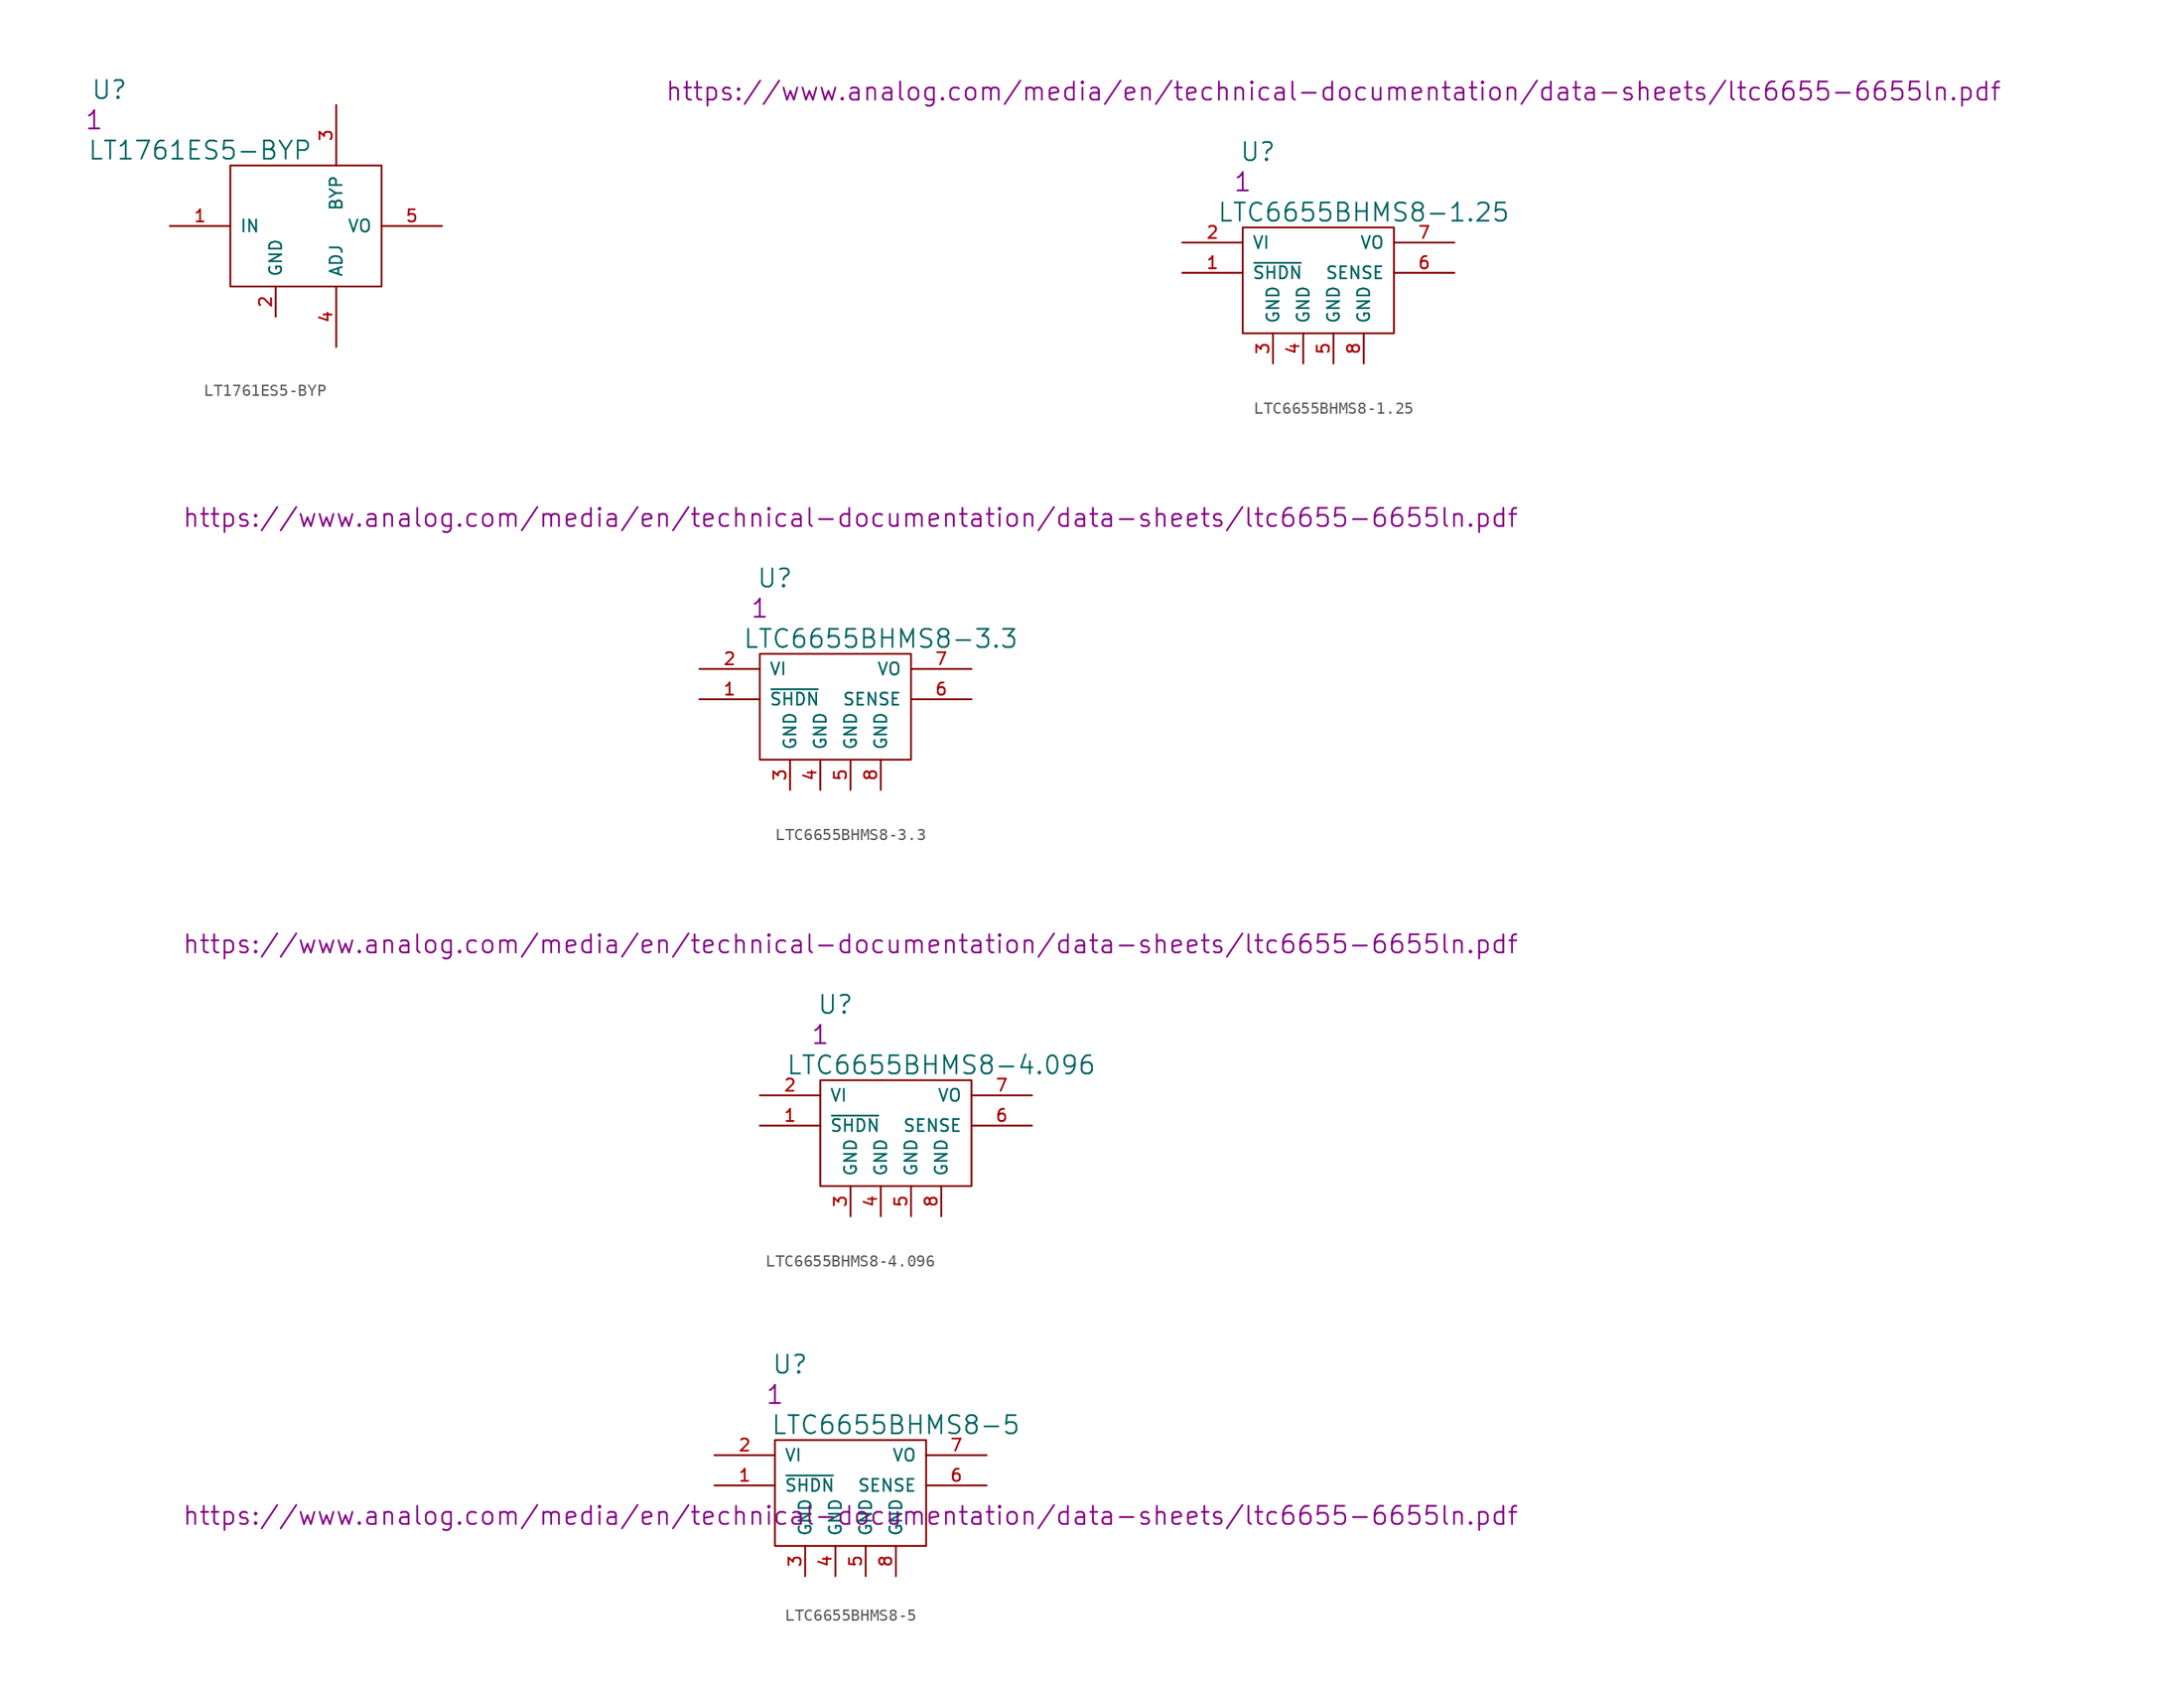
<source format=kicad_sym>
(kicad_symbol_lib
  (version 20201005)
  (generator kicad_symbol_editor)
  (symbol "S_Voltage_Reference:LT1761ES5-BYP"
    (pin_names
      (offset 0.762))
    (property "Reference" "U"
      (at -5.08 11.43 0)
      (effects (font (size 1.524 1.524))))
    (property "Value" "LT1761ES5-BYP"
      (at 2.54 6.35 0)
      (effects (font (size 1.524 1.524))))
    (property "Datasheet" ""
      (at 11.43 0 0)
      (effects (font (size 1.524 1.524))))
    (property "Qty" "1"
      (at -6.35 8.89 0)
      (effects (font (size 1.524 1.524))))
    (symbol "LT1761ES5-BYP_0_1"
      (rectangle (start 5.08 -5.08) (end 17.78 5.08) (stroke (width 0)) (fill (type none))))
    (symbol "LT1761ES5-BYP_1_1"
      (pin power_in line (at 0 0 0) (length 5.08) (name "IN" (effects (font (size 1.016 1.016)))) (number "1" (effects (font (size 1.016 1.016)))))
      (pin power_in line (at 8.89 -7.62 90) (length 2.54) (name "GND" (effects (font (size 1.016 1.016)))) (number "2" (effects (font (size 1.016 1.016)))))
      (pin input line (at 13.97 10.16 270) (length 5.08) (name "BYP" (effects (font (size 1.016 1.016)))) (number "3" (effects (font (size 1.016 1.016)))))
      (pin input line (at 13.97 -10.16 90) (length 5.08) (name "ADJ" (effects (font (size 1.016 1.016)))) (number "4" (effects (font (size 1.016 1.016)))))
      (pin power_out line (at 22.86 0 180) (length 5.08) (name "VO" (effects (font (size 1.016 1.016)))) (number "5" (effects (font (size 1.016 1.016)))))))
  (symbol "S_Voltage_Reference:LTC6655BHMS8-1.25"
    (pin_names
      (offset 0.762))
    (property "Reference" "U"
      (at 6.35 7.62 0)
      (effects (font (size 1.524 1.524))))
    (property "Value" "LTC6655BHMS8-1.25"
      (at 15.24 2.54 0)
      (effects (font (size 1.524 1.524))))
    (property "Datasheet" "https://www.analog.com/media/en/technical-documentation/data-sheets/ltc6655-6655ln.pdf"
      (at 12.7 12.7 0)
      (effects (font (size 1.524 1.524))))
    (property "Qty" "1"
      (at 5.08 5.08 0)
      (effects (font (size 1.524 1.524))))
    (symbol "LTC6655BHMS8-1.25_0_1"
      (rectangle (start 5.08 -7.62) (end 17.78 1.27) (stroke (width 0)) (fill (type none))))
    (symbol "LTC6655BHMS8-1.25_1_1"
      (pin input line (at 0 -2.54 0) (length 5.08) (name "~SHDN" (effects (font (size 1.016 1.016)))) (number "1" (effects (font (size 1.016 1.016)))))
      (pin power_in line (at 0 0 0) (length 5.08) (name "VI" (effects (font (size 1.016 1.016)))) (number "2" (effects (font (size 1.016 1.016)))))
      (pin power_in line (at 7.62 -10.16 90) (length 2.54) (name "GND" (effects (font (size 1.016 1.016)))) (number "3" (effects (font (size 1.016 1.016)))))
      (pin power_in line (at 10.16 -10.16 90) (length 2.54) (name "GND" (effects (font (size 1.016 1.016)))) (number "4" (effects (font (size 1.016 1.016)))))
      (pin power_in line (at 12.7 -10.16 90) (length 2.54) (name "GND" (effects (font (size 1.016 1.016)))) (number "5" (effects (font (size 1.016 1.016)))))
      (pin power_in line (at 22.86 -2.54 180) (length 5.08) (name "SENSE" (effects (font (size 1.016 1.016)))) (number "6" (effects (font (size 1.016 1.016)))))
      (pin power_out line (at 22.86 0 180) (length 5.08) (name "VO" (effects (font (size 1.016 1.016)))) (number "7" (effects (font (size 1.016 1.016)))))
      (pin power_in line (at 15.24 -10.16 90) (length 2.54) (name "GND" (effects (font (size 1.016 1.016)))) (number "8" (effects (font (size 1.016 1.016)))))))
  (symbol "S_Voltage_Reference:LTC6655BHMS8-3.3"
    (pin_names
      (offset 0.762))
    (property "Reference" "U"
      (at 6.35 7.62 0)
      (effects (font (size 1.524 1.524))))
    (property "Value" "LTC6655BHMS8-3.3"
      (at 15.24 2.54 0)
      (effects (font (size 1.524 1.524))))
    (property "Datasheet" "https://www.analog.com/media/en/technical-documentation/data-sheets/ltc6655-6655ln.pdf"
      (at 12.7 12.7 0)
      (effects (font (size 1.524 1.524))))
    (property "Qty" "1"
      (at 5.08 5.08 0)
      (effects (font (size 1.524 1.524))))
    (symbol "LTC6655BHMS8-3.3_0_1"
      (rectangle (start 5.08 -7.62) (end 17.78 1.27) (stroke (width 0)) (fill (type none))))
    (symbol "LTC6655BHMS8-3.3_1_1"
      (pin input line (at 0 -2.54 0) (length 5.08) (name "~SHDN" (effects (font (size 1.016 1.016)))) (number "1" (effects (font (size 1.016 1.016)))))
      (pin power_in line (at 0 0 0) (length 5.08) (name "VI" (effects (font (size 1.016 1.016)))) (number "2" (effects (font (size 1.016 1.016)))))
      (pin power_in line (at 7.62 -10.16 90) (length 2.54) (name "GND" (effects (font (size 1.016 1.016)))) (number "3" (effects (font (size 1.016 1.016)))))
      (pin power_in line (at 10.16 -10.16 90) (length 2.54) (name "GND" (effects (font (size 1.016 1.016)))) (number "4" (effects (font (size 1.016 1.016)))))
      (pin power_in line (at 12.7 -10.16 90) (length 2.54) (name "GND" (effects (font (size 1.016 1.016)))) (number "5" (effects (font (size 1.016 1.016)))))
      (pin power_in line (at 22.86 -2.54 180) (length 5.08) (name "SENSE" (effects (font (size 1.016 1.016)))) (number "6" (effects (font (size 1.016 1.016)))))
      (pin power_out line (at 22.86 0 180) (length 5.08) (name "VO" (effects (font (size 1.016 1.016)))) (number "7" (effects (font (size 1.016 1.016)))))
      (pin power_in line (at 15.24 -10.16 90) (length 2.54) (name "GND" (effects (font (size 1.016 1.016)))) (number "8" (effects (font (size 1.016 1.016)))))))
  (symbol "S_Voltage_Reference:LTC6655BHMS8-4.096"
    (pin_names
      (offset 0.762))
    (property "Reference" "U"
      (at 6.35 7.62 0)
      (effects (font (size 1.524 1.524))))
    (property "Value" "LTC6655BHMS8-4.096"
      (at 15.24 2.54 0)
      (effects (font (size 1.524 1.524))))
    (property "Datasheet" "https://www.analog.com/media/en/technical-documentation/data-sheets/ltc6655-6655ln.pdf"
      (at 7.62 12.7 0)
      (effects (font (size 1.524 1.524))))
    (property "Qty" "1"
      (at 5.08 5.08 0)
      (effects (font (size 1.524 1.524))))
    (symbol "LTC6655BHMS8-4.096_0_1"
      (rectangle (start 5.08 -7.62) (end 17.78 1.27) (stroke (width 0)) (fill (type none))))
    (symbol "LTC6655BHMS8-4.096_1_1"
      (pin input line (at 0 -2.54 0) (length 5.08) (name "~SHDN" (effects (font (size 1.016 1.016)))) (number "1" (effects (font (size 1.016 1.016)))))
      (pin power_in line (at 0 0 0) (length 5.08) (name "VI" (effects (font (size 1.016 1.016)))) (number "2" (effects (font (size 1.016 1.016)))))
      (pin power_in line (at 7.62 -10.16 90) (length 2.54) (name "GND" (effects (font (size 1.016 1.016)))) (number "3" (effects (font (size 1.016 1.016)))))
      (pin power_in line (at 10.16 -10.16 90) (length 2.54) (name "GND" (effects (font (size 1.016 1.016)))) (number "4" (effects (font (size 1.016 1.016)))))
      (pin power_in line (at 12.7 -10.16 90) (length 2.54) (name "GND" (effects (font (size 1.016 1.016)))) (number "5" (effects (font (size 1.016 1.016)))))
      (pin power_in line (at 22.86 -2.54 180) (length 5.08) (name "SENSE" (effects (font (size 1.016 1.016)))) (number "6" (effects (font (size 1.016 1.016)))))
      (pin power_out line (at 22.86 0 180) (length 5.08) (name "VO" (effects (font (size 1.016 1.016)))) (number "7" (effects (font (size 1.016 1.016)))))
      (pin power_in line (at 15.24 -10.16 90) (length 2.54) (name "GND" (effects (font (size 1.016 1.016)))) (number "8" (effects (font (size 1.016 1.016)))))))
  (symbol "S_Voltage_Reference:LTC6655BHMS8-5"
    (pin_names
      (offset 0.762))
    (property "Reference" "U"
      (at 6.35 7.62 0)
      (effects (font (size 1.524 1.524))))
    (property "Value" "LTC6655BHMS8-5"
      (at 15.24 2.54 0)
      (effects (font (size 1.524 1.524))))
    (property "Datasheet" "https://www.analog.com/media/en/technical-documentation/data-sheets/ltc6655-6655ln.pdf"
      (at 11.43 -5.08 0)
      (effects (font (size 1.524 1.524))))
    (property "Qty" "1"
      (at 5.08 5.08 0)
      (effects (font (size 1.524 1.524))))
    (symbol "LTC6655BHMS8-5_0_1"
      (rectangle (start 5.08 -7.62) (end 17.78 1.27) (stroke (width 0)) (fill (type none))))
    (symbol "LTC6655BHMS8-5_1_1"
      (pin input line (at 0 -2.54 0) (length 5.08) (name "~SHDN" (effects (font (size 1.016 1.016)))) (number "1" (effects (font (size 1.016 1.016)))))
      (pin power_in line (at 0 0 0) (length 5.08) (name "VI" (effects (font (size 1.016 1.016)))) (number "2" (effects (font (size 1.016 1.016)))))
      (pin power_in line (at 7.62 -10.16 90) (length 2.54) (name "GND" (effects (font (size 1.016 1.016)))) (number "3" (effects (font (size 1.016 1.016)))))
      (pin power_in line (at 10.16 -10.16 90) (length 2.54) (name "GND" (effects (font (size 1.016 1.016)))) (number "4" (effects (font (size 1.016 1.016)))))
      (pin power_in line (at 12.7 -10.16 90) (length 2.54) (name "GND" (effects (font (size 1.016 1.016)))) (number "5" (effects (font (size 1.016 1.016)))))
      (pin power_in line (at 22.86 -2.54 180) (length 5.08) (name "SENSE" (effects (font (size 1.016 1.016)))) (number "6" (effects (font (size 1.016 1.016)))))
      (pin power_out line (at 22.86 0 180) (length 5.08) (name "VO" (effects (font (size 1.016 1.016)))) (number "7" (effects (font (size 1.016 1.016)))))
      (pin power_in line (at 15.24 -10.16 90) (length 2.54) (name "GND" (effects (font (size 1.016 1.016)))) (number "8" (effects (font (size 1.016 1.016))))))))
</source>
